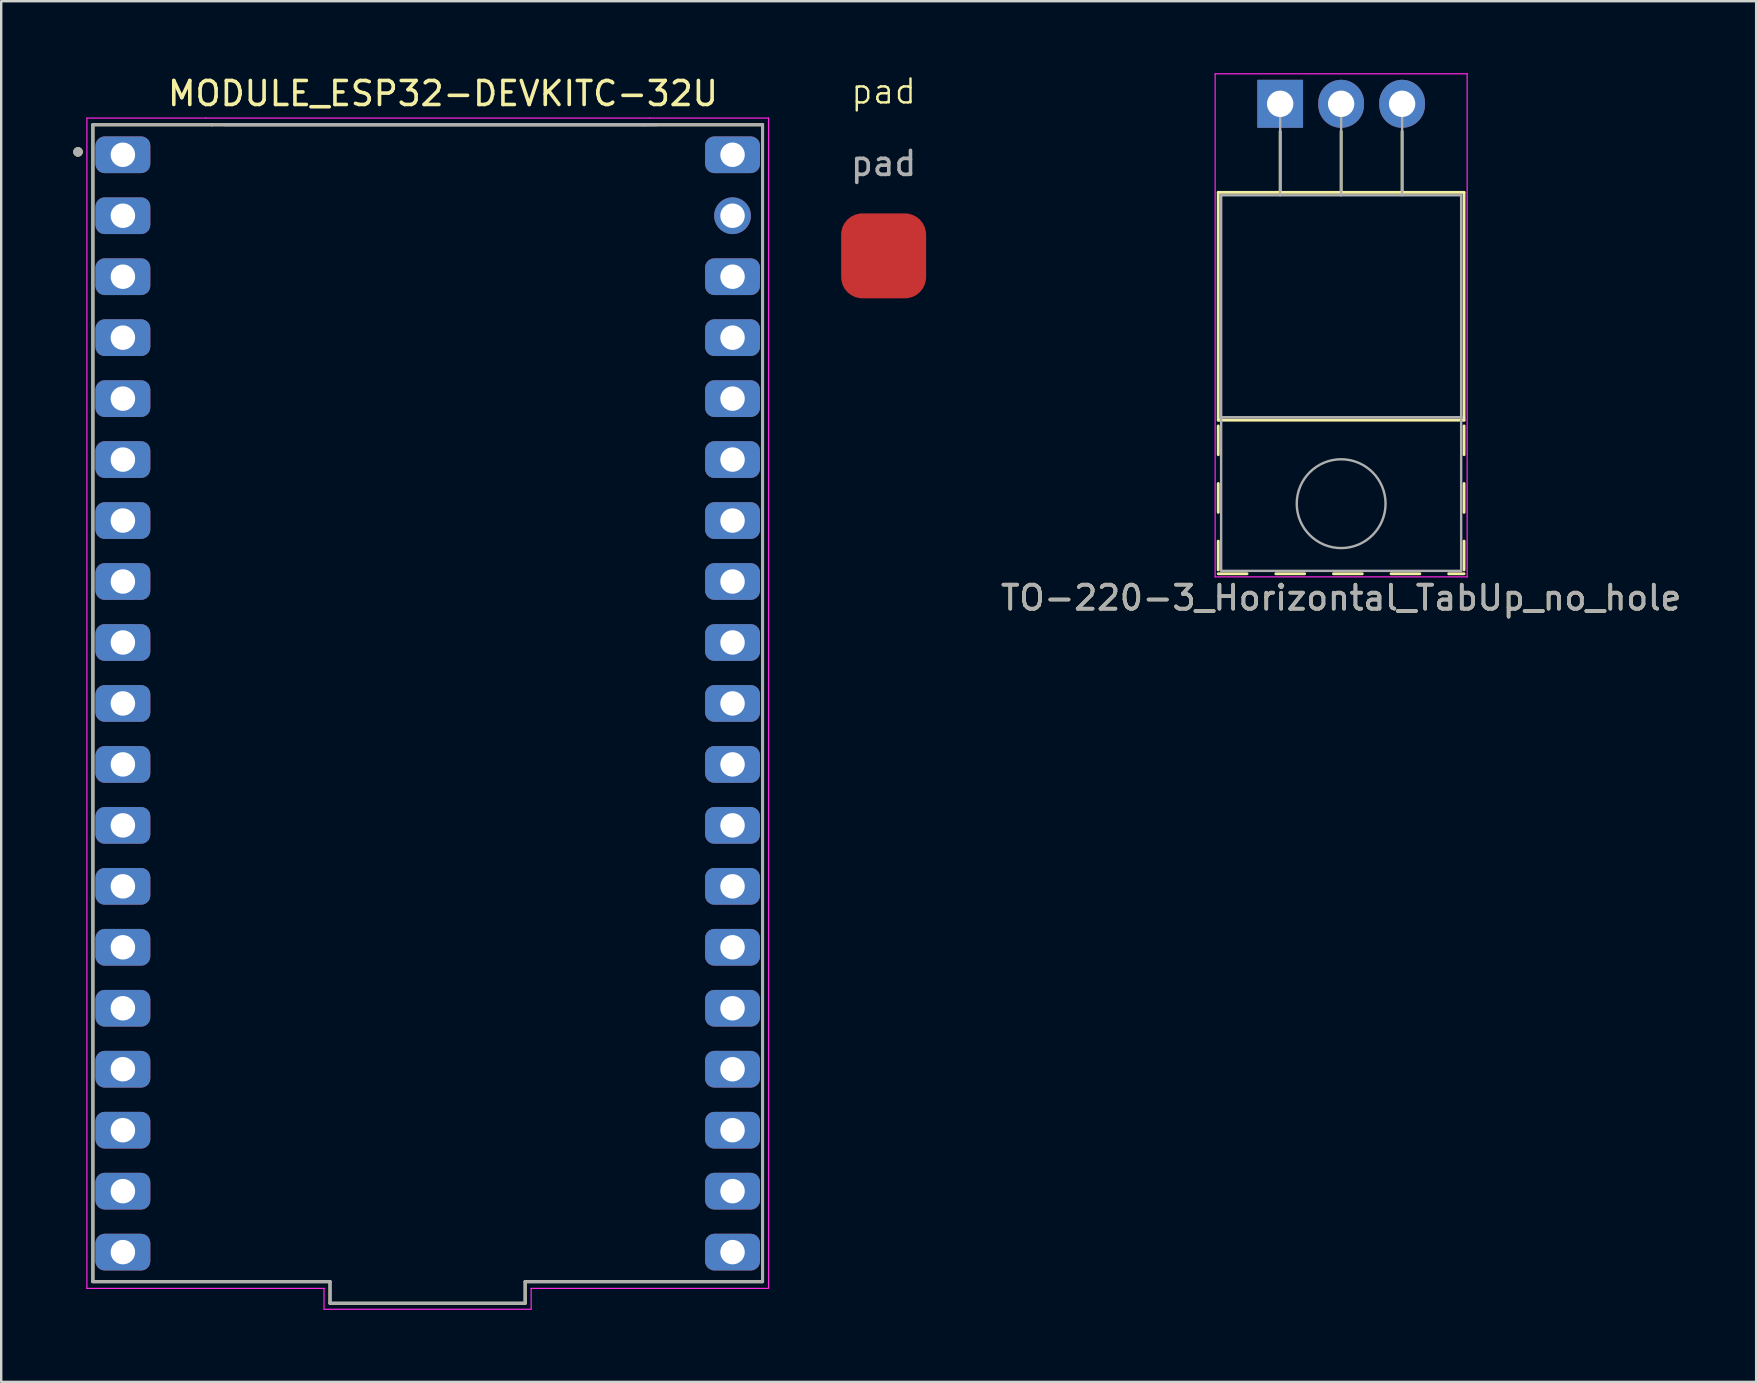
<source format=kicad_pcb>
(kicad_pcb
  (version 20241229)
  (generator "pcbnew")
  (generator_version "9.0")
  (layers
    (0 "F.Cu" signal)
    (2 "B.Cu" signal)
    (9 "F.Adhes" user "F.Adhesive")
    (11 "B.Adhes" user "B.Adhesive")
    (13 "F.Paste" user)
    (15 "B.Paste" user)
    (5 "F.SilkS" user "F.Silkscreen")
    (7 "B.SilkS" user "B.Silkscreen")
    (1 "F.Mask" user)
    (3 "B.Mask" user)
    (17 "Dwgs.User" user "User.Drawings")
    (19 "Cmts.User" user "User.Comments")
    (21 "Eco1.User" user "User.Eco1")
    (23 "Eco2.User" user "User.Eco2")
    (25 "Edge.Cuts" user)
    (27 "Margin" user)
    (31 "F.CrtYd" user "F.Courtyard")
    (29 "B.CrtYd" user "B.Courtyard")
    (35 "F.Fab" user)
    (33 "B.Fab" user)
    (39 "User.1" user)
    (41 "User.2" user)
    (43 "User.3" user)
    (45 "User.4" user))
  (footprint "pad"
    (layer "F.Cu")
    (at 33.765 1.26)
    (property "Reference" "pad" (at 0 -0.5 0) (unlocked yes) (layer "F.SilkS") (effects (font (size 1 1) (thickness 0.1))))
    (attr through_hole)
    (fp_text user "${REFERENCE}" (at 0 2.5 0) (unlocked yes) (layer "F.Fab") (effects (font (size 1 1) (thickness 0.15))))
    (pad "1" smd roundrect (at 0 6.35) (size 3.54 3.54) (layers "F.Cu" "F.Mask" "F.Paste") (roundrect_rratio 0.25)))
  (footprint "MODULE_ESP32-DEVKITC-32U"
    (layer "F.Cu")
    (at 14.77 26.248)
    (property "Reference" "MODULE_ESP32-DEVKITC-32U" (at 0.635 -25.4 0) (layer "F.SilkS") (effects (font (size 1 1) (thickness 0.15))))
    (attr through_hole)
    (fp_line (start -13.95 -24.1) (end -13.95 24.1) (stroke (width 0.127) (type solid)) (layer "F.SilkS"))
    (fp_line (start -13.95 24.1) (end -4.07 24.1) (stroke (width 0.127) (type solid)) (layer "F.SilkS"))
    (fp_line (start -9 -24.1) (end -13.95 -24.1) (stroke (width 0.127) (type solid)) (layer "F.SilkS"))
    (fp_line (start -9 -24.1) (end 9 -24.1) (stroke (width 0.127) (type solid)) (layer "F.SilkS"))
    (fp_line (start -4.07 24.1) (end -4.07 25) (stroke (width 0.127) (type solid)) (layer "F.SilkS"))
    (fp_line (start -4.07 25) (end 4.06 25) (stroke (width 0.127) (type solid)) (layer "F.SilkS"))
    (fp_line (start 4.06 24.1) (end 13.95 24.1) (stroke (width 0.127) (type solid)) (layer "F.SilkS"))
    (fp_line (start 4.06 25) (end 4.06 24.1) (stroke (width 0.127) (type solid)) (layer "F.SilkS"))
    (fp_line (start 13.95 -24.1) (end 9 -24.1) (stroke (width 0.127) (type solid)) (layer "F.SilkS"))
    (fp_line (start 13.95 24.1) (end 13.95 -24.1) (stroke (width 0.127) (type solid)) (layer "F.SilkS"))
    (fp_circle (center -14.57 -22.97) (end -14.47 -22.97) (stroke (width 0.2) (type solid)) (fill no) (layer "F.SilkS"))
    (fp_line (start -14.2 -24.38) (end -14.2 24.38) (stroke (width 0.05) (type solid)) (layer "F.CrtYd"))
    (fp_line (start -14.2 24.38) (end -4.32 24.38) (stroke (width 0.05) (type solid)) (layer "F.CrtYd"))
    (fp_line (start -9.25 -24.38) (end -14.2 -24.38) (stroke (width 0.05) (type solid)) (layer "F.CrtYd"))
    (fp_line (start -9.25 -24.38) (end 9.25 -24.38) (stroke (width 0.05) (type solid)) (layer "F.CrtYd"))
    (fp_line (start -4.32 24.38) (end -4.32 25.25) (stroke (width 0.05) (type solid)) (layer "F.CrtYd"))
    (fp_line (start -4.32 25.25) (end 4.31 25.25) (stroke (width 0.05) (type solid)) (layer "F.CrtYd"))
    (fp_line (start 4.31 24.38) (end 14.2 24.38) (stroke (width 0.05) (type solid)) (layer "F.CrtYd"))
    (fp_line (start 4.31 25.25) (end 4.31 24.38) (stroke (width 0.05) (type solid)) (layer "F.CrtYd"))
    (fp_line (start 14.2 -24.38) (end 9.25 -24.38) (stroke (width 0.05) (type solid)) (layer "F.CrtYd"))
    (fp_line (start 14.2 24.38) (end 14.2 -24.38) (stroke (width 0.05) (type solid)) (layer "F.CrtYd"))
    (fp_line (start -13.95 -24.1) (end -13.95 24.1) (stroke (width 0.127) (type solid)) (layer "F.Fab"))
    (fp_line (start -13.95 24.1) (end -4.07 24.1) (stroke (width 0.127) (type solid)) (layer "F.Fab"))
    (fp_line (start -9 -24.1) (end -13.95 -24.1) (stroke (width 0.127) (type solid)) (layer "F.Fab"))
    (fp_line (start -8.475 -24.1) (end 9.525 -24.1) (stroke (width 0.127) (type solid)) (layer "F.Fab"))
    (fp_line (start -4.07 24.1) (end -4.07 25) (stroke (width 0.127) (type solid)) (layer "F.Fab"))
    (fp_line (start -4.07 25) (end 4.06 25) (stroke (width 0.127) (type solid)) (layer "F.Fab"))
    (fp_line (start 4.06 24.1) (end 13.95 24.1) (stroke (width 0.127) (type solid)) (layer "F.Fab"))
    (fp_line (start 4.06 25) (end 4.06 24.1) (stroke (width 0.127) (type solid)) (layer "F.Fab"))
    (fp_line (start 9 -24.1) (end -9 -24.1) (stroke (width 0.127) (type solid)) (layer "F.Fab"))
    (fp_line (start 13.95 -24.1) (end 9 -24.1) (stroke (width 0.127) (type solid)) (layer "F.Fab"))
    (fp_line (start 13.95 24.1) (end 13.95 -24.1) (stroke (width 0.127) (type solid)) (layer "F.Fab"))
    (fp_circle (center -14.57 -22.97) (end -14.47 -22.97) (stroke (width 0.2) (type solid)) (fill no) (layer "F.Fab"))
    (pad "1" thru_hole roundrect (at -12.7 -22.85) (size 2.286 1.53) (drill 1.02) (layers "*.Cu" "*.Mask") (roundrect_rratio 0.25))
    (pad "2" thru_hole roundrect (at -12.7 -20.31) (size 2.286 1.53) (drill 1.02) (layers "*.Cu" "*.Mask") (roundrect_rratio 0.25))
    (pad "3" thru_hole roundrect (at -12.7 -17.77) (size 2.286 1.53) (drill 1.02) (layers "*.Cu" "*.Mask") (roundrect_rratio 0.25))
    (pad "4" thru_hole roundrect (at -12.7 -15.23) (size 2.286 1.53) (drill 1.02) (layers "*.Cu" "*.Mask") (roundrect_rratio 0.25))
    (pad "5" thru_hole roundrect (at -12.7 -12.69) (size 2.286 1.53) (drill 1.02) (layers "*.Cu" "*.Mask") (roundrect_rratio 0.25))
    (pad "6" thru_hole roundrect (at -12.7 -10.15) (size 2.286 1.53) (drill 1.02) (layers "*.Cu" "*.Mask") (roundrect_rratio 0.25))
    (pad "7" thru_hole roundrect (at -12.7 -7.61) (size 2.286 1.53) (drill 1.02) (layers "*.Cu" "*.Mask") (roundrect_rratio 0.25))
    (pad "8" thru_hole roundrect (at -12.7 -5.07) (size 2.286 1.53) (drill 1.02) (layers "*.Cu" "*.Mask") (roundrect_rratio 0.25))
    (pad "9" thru_hole roundrect (at -12.7 -2.53) (size 2.286 1.53) (drill 1.02) (layers "*.Cu" "*.Mask") (roundrect_rratio 0.25))
    (pad "10" thru_hole roundrect (at -12.7 0.01) (size 2.286 1.53) (drill 1.02) (layers "*.Cu" "*.Mask") (roundrect_rratio 0.25))
    (pad "11" thru_hole roundrect (at -12.7 2.55) (size 2.286 1.53) (drill 1.02) (layers "*.Cu" "*.Mask") (roundrect_rratio 0.25))
    (pad "12" thru_hole roundrect (at -12.7 5.09) (size 2.286 1.53) (drill 1.02) (layers "*.Cu" "*.Mask") (roundrect_rratio 0.25))
    (pad "13" thru_hole roundrect (at -12.7 7.63) (size 2.286 1.53) (drill 1.02) (layers "*.Cu" "*.Mask") (roundrect_rratio 0.25))
    (pad "14" thru_hole roundrect (at -12.7 10.17) (size 2.286 1.53) (drill 1.02) (layers "*.Cu" "*.Mask") (roundrect_rratio 0.25))
    (pad "15" thru_hole roundrect (at -12.7 12.71) (size 2.286 1.53) (drill 1.02) (layers "*.Cu" "*.Mask") (roundrect_rratio 0.25))
    (pad "16" thru_hole roundrect (at -12.7 15.25) (size 2.286 1.53) (drill 1.02) (layers "*.Cu" "*.Mask") (roundrect_rratio 0.25))
    (pad "17" thru_hole roundrect (at -12.7 17.79) (size 2.286 1.53) (drill 1.02) (layers "*.Cu" "*.Mask") (roundrect_rratio 0.25))
    (pad "18" thru_hole roundrect (at -12.7 20.33) (size 2.286 1.53) (drill 1.02) (layers "*.Cu" "*.Mask") (roundrect_rratio 0.25))
    (pad "19" thru_hole roundrect (at -12.7 22.87) (size 2.286 1.53) (drill 1.02) (layers "*.Cu" "*.Mask") (roundrect_rratio 0.25))
    (pad "20" thru_hole roundrect (at 12.7 22.87) (size 2.286 1.53) (drill 1.02) (layers "*.Cu" "*.Mask") (roundrect_rratio 0.25))
    (pad "21" thru_hole roundrect (at 12.7 20.33) (size 2.286 1.53) (drill 1.02) (layers "*.Cu" "*.Mask") (roundrect_rratio 0.25))
    (pad "22" thru_hole roundrect (at 12.7 17.79) (size 2.286 1.53) (drill 1.02) (layers "*.Cu" "*.Mask") (roundrect_rratio 0.25))
    (pad "23" thru_hole roundrect (at 12.7 15.25) (size 2.286 1.53) (drill 1.02) (layers "*.Cu" "*.Mask") (roundrect_rratio 0.25))
    (pad "24" thru_hole roundrect (at 12.7 12.71) (size 2.286 1.53) (drill 1.02) (layers "*.Cu" "*.Mask") (roundrect_rratio 0.25))
    (pad "25" thru_hole roundrect (at 12.7 10.17) (size 2.286 1.53) (drill 1.02) (layers "*.Cu" "*.Mask") (roundrect_rratio 0.25))
    (pad "26" thru_hole roundrect (at 12.7 7.63) (size 2.286 1.53) (drill 1.02) (layers "*.Cu" "*.Mask") (roundrect_rratio 0.25))
    (pad "27" thru_hole roundrect (at 12.7 5.09) (size 2.286 1.53) (drill 1.02) (layers "*.Cu" "*.Mask") (roundrect_rratio 0.25))
    (pad "28" thru_hole roundrect (at 12.7 2.55) (size 2.286 1.53) (drill 1.02) (layers "*.Cu" "*.Mask") (roundrect_rratio 0.25))
    (pad "29" thru_hole roundrect (at 12.7 0.01) (size 2.286 1.53) (drill 1.02) (layers "*.Cu" "*.Mask") (roundrect_rratio 0.25))
    (pad "30" thru_hole roundrect (at 12.7 -2.53) (size 2.286 1.53) (drill 1.02) (layers "*.Cu" "*.Mask") (roundrect_rratio 0.25))
    (pad "31" thru_hole roundrect (at 12.7 -5.07) (size 2.286 1.53) (drill 1.02) (layers "*.Cu" "*.Mask") (roundrect_rratio 0.25))
    (pad "32" thru_hole roundrect (at 12.7 -7.61) (size 2.286 1.53) (drill 1.02) (layers "*.Cu" "*.Mask") (roundrect_rratio 0.25))
    (pad "33" thru_hole roundrect (at 12.7 -10.15) (size 2.286 1.53) (drill 1.02) (layers "*.Cu" "*.Mask") (roundrect_rratio 0.25))
    (pad "34" thru_hole roundrect (at 12.7 -12.69) (size 2.286 1.53) (drill 1.02) (layers "*.Cu" "*.Mask") (roundrect_rratio 0.25))
    (pad "35" thru_hole roundrect (at 12.7 -15.23) (size 2.286 1.53) (drill 1.02) (layers "*.Cu" "*.Mask") (roundrect_rratio 0.25))
    (pad "36" thru_hole roundrect (at 12.7 -17.77) (size 2.286 1.53) (drill 1.02) (layers "*.Cu" "*.Mask") (roundrect_rratio 0.25))
    (pad "37" thru_hole circle (at 12.7 -20.31) (size 1.53 1.53) (drill 1.02) (layers "*.Cu" "*.Mask"))
    (pad "38" thru_hole roundrect (at 12.7 -22.85) (size 2.286 1.53) (drill 1.02) (layers "*.Cu" "*.Mask") (roundrect_rratio 0.25)))
  (footprint "TO-220-3_Horizontal_TabUp_no_hole"
    (layer "F.Cu")
    (at 50.287 1.275)
    (property "Reference" "TO-220-3_Horizontal_TabUp_no_hole" (at 2.54 20.58 0) (layer "F.SilkS") (effects (font (size 1 1) (thickness 0.15))))
    (attr through_hole)
    (fp_line (start -2.58 3.69) (end -2.58 13.18) (stroke (width 0.12) (type solid)) (layer "F.SilkS"))
    (fp_line (start -2.58 3.69) (end 7.66 3.69) (stroke (width 0.12) (type solid)) (layer "F.SilkS"))
    (fp_line (start -2.58 13.18) (end 7.66 13.18) (stroke (width 0.12) (type solid)) (layer "F.SilkS"))
    (fp_line (start -2.58 13.42) (end -2.58 14.62) (stroke (width 0.12) (type solid)) (layer "F.SilkS"))
    (fp_line (start -2.58 15.82) (end -2.58 17.02) (stroke (width 0.12) (type solid)) (layer "F.SilkS"))
    (fp_line (start -2.58 18.22) (end -2.58 19.42) (stroke (width 0.12) (type solid)) (layer "F.SilkS"))
    (fp_line (start -2.58 19.58) (end -1.38 19.58) (stroke (width 0.12) (type solid)) (layer "F.SilkS"))
    (fp_line (start -0.181 19.58) (end 1.02 19.58) (stroke (width 0.12) (type solid)) (layer "F.SilkS"))
    (fp_line (start 0 1.15) (end 0 3.69) (stroke (width 0.12) (type solid)) (layer "F.SilkS"))
    (fp_line (start 2.22 19.58) (end 3.42 19.58) (stroke (width 0.12) (type solid)) (layer "F.SilkS"))
    (fp_line (start 2.54 1.15) (end 2.54 3.69) (stroke (width 0.12) (type solid)) (layer "F.SilkS"))
    (fp_line (start 4.62 19.58) (end 5.82 19.58) (stroke (width 0.12) (type solid)) (layer "F.SilkS"))
    (fp_line (start 5.08 1.15) (end 5.08 3.69) (stroke (width 0.12) (type solid)) (layer "F.SilkS"))
    (fp_line (start 7.02 19.58) (end 7.66 19.58) (stroke (width 0.12) (type solid)) (layer "F.SilkS"))
    (fp_line (start 7.66 3.69) (end 7.66 13.18) (stroke (width 0.12) (type solid)) (layer "F.SilkS"))
    (fp_line (start 7.66 13.42) (end 7.66 14.62) (stroke (width 0.12) (type solid)) (layer "F.SilkS"))
    (fp_line (start 7.66 15.82) (end 7.66 17.02) (stroke (width 0.12) (type solid)) (layer "F.SilkS"))
    (fp_line (start 7.66 18.22) (end 7.66 19.42) (stroke (width 0.12) (type solid)) (layer "F.SilkS"))
    (fp_line (start -2.71 -1.25) (end -2.71 19.71) (stroke (width 0.05) (type solid)) (layer "F.CrtYd"))
    (fp_line (start -2.71 19.71) (end 7.79 19.71) (stroke (width 0.05) (type solid)) (layer "F.CrtYd"))
    (fp_line (start 7.79 -1.25) (end -2.71 -1.25) (stroke (width 0.05) (type solid)) (layer "F.CrtYd"))
    (fp_line (start 7.79 19.71) (end 7.79 -1.25) (stroke (width 0.05) (type solid)) (layer "F.CrtYd"))
    (fp_line (start -2.46 3.81) (end -2.46 13.06) (stroke (width 0.1) (type solid)) (layer "F.Fab"))
    (fp_line (start -2.46 13.06) (end -2.46 19.46) (stroke (width 0.1) (type solid)) (layer "F.Fab"))
    (fp_line (start -2.46 13.06) (end 7.54 13.06) (stroke (width 0.1) (type solid)) (layer "F.Fab"))
    (fp_line (start -2.46 19.46) (end 7.54 19.46) (stroke (width 0.1) (type solid)) (layer "F.Fab"))
    (fp_line (start 0 3.81) (end 0 0) (stroke (width 0.1) (type solid)) (layer "F.Fab"))
    (fp_line (start 2.54 3.81) (end 2.54 0) (stroke (width 0.1) (type solid)) (layer "F.Fab"))
    (fp_line (start 5.08 3.81) (end 5.08 0) (stroke (width 0.1) (type solid)) (layer "F.Fab"))
    (fp_line (start 7.54 3.81) (end -2.46 3.81) (stroke (width 0.1) (type solid)) (layer "F.Fab"))
    (fp_line (start 7.54 13.06) (end -2.46 13.06) (stroke (width 0.1) (type solid)) (layer "F.Fab"))
    (fp_line (start 7.54 13.06) (end 7.54 3.81) (stroke (width 0.1) (type solid)) (layer "F.Fab"))
    (fp_line (start 7.54 19.46) (end 7.54 13.06) (stroke (width 0.1) (type solid)) (layer "F.Fab"))
    (fp_circle (center 2.54 16.66) (end 4.39 16.66) (stroke (width 0.1) (type solid)) (fill no) (layer "F.Fab"))
    (fp_text user "${REFERENCE}" (at 2.54 20.58 0) (layer "F.Fab") (effects (font (size 1 1) (thickness 0.15))))
    (pad "1" thru_hole rect (at 0 0) (size 1.905 2) (drill 1.1) (layers "*.Cu" "*.Mask"))
    (pad "2" thru_hole oval (at 2.54 0) (size 1.905 2) (drill 1.1) (layers "*.Cu" "*.Mask"))
    (pad "3" thru_hole oval (at 5.08 0) (size 1.905 2) (drill 1.1) (layers "*.Cu" "*.Mask")))
  (gr_rect
    (start -3 -3)
    (end 70.118 54.523)
    (stroke (width 0.1) (type default))
    (fill no)
    (layer "Edge.Cuts")))
</source>
